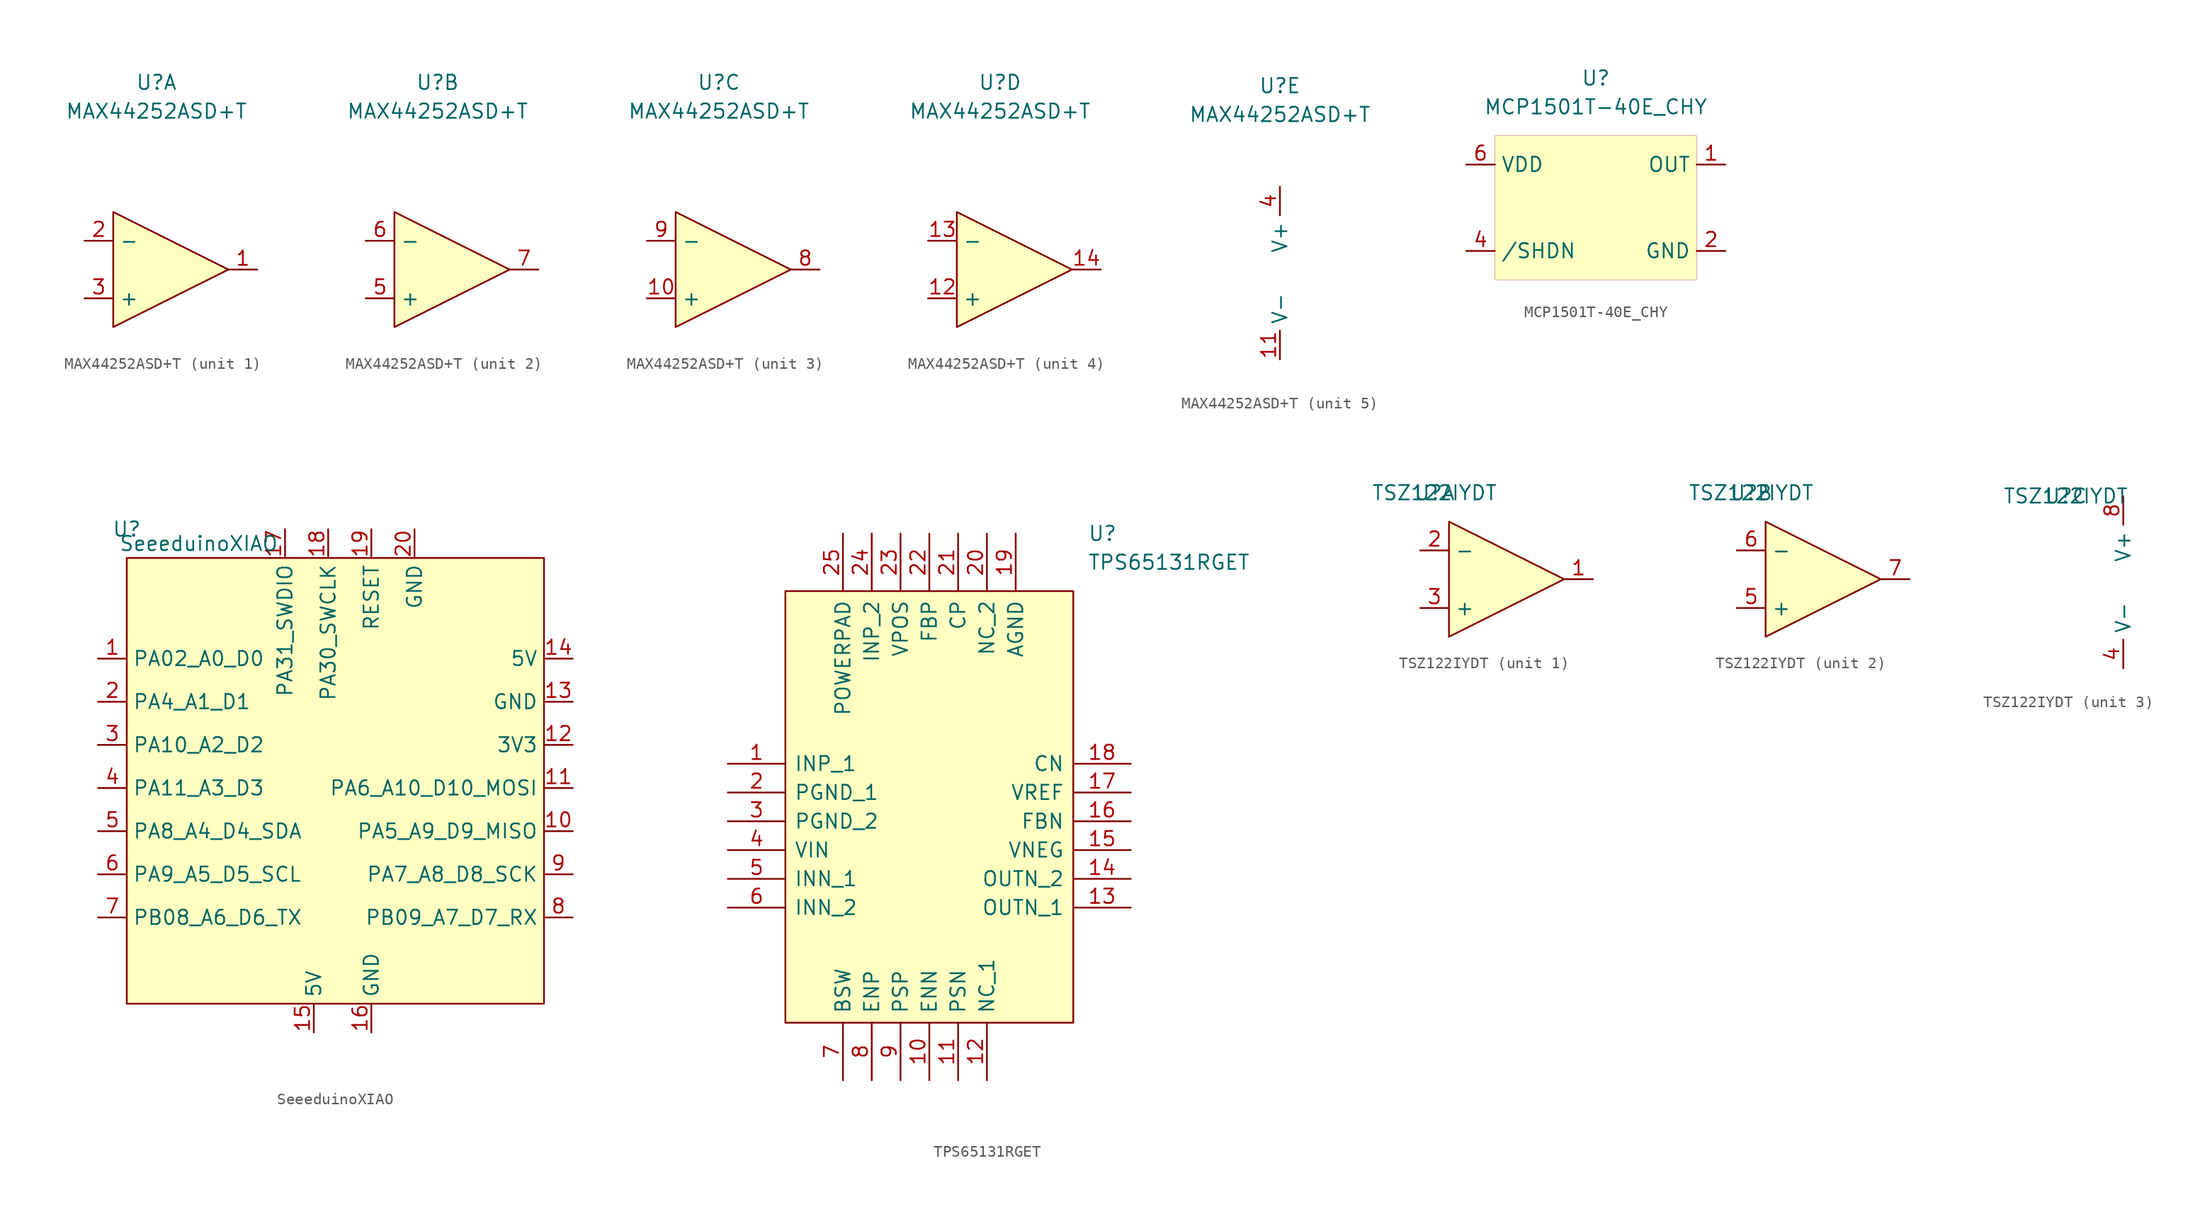
<source format=kicad_sym>
(kicad_symbol_lib
  (version 20201005)
  (generator kicad_symbol_editor)
  (symbol "uSMU-simple_v1:MAX44252ASD+T"
    (property "Reference" "U"
      (at 0 16.51 0)
      (effects (font (size 1.27 1.27))))
    (property "Value" "MAX44252ASD+T"
      (at 0 13.97 0)
      (effects (font (size 1.27 1.27))))
    (property "ki_locked" ""
      (at 0 0 0)
      (effects (font (size 1.27 1.27))))
    (symbol "MAX44252ASD+T_1_1"
      (polyline (pts (xy 6.35 0) (xy -3.81 5.08) (xy -3.81 -5.08) (xy 6.35 0)) (stroke (width 0)) (fill (type background)))
      (pin input line (at 8.89 0 180) (length 2.54) (name "~" (effects (font (size 1.27 1.27)))) (number "1" (effects (font (size 1.27 1.27)))))
      (pin input line (at -6.35 2.54 0) (length 2.54) (name "-" (effects (font (size 1.27 1.27)))) (number "2" (effects (font (size 1.27 1.27)))))
      (pin input line (at -6.35 -2.54 0) (length 2.54) (name "+" (effects (font (size 1.27 1.27)))) (number "3" (effects (font (size 1.27 1.27))))))
    (symbol "MAX44252ASD+T_2_1"
      (polyline (pts (xy 6.35 0) (xy -3.81 5.08) (xy -3.81 -5.08) (xy 6.35 0)) (stroke (width 0)) (fill (type background)))
      (pin input line (at -6.35 -2.54 0) (length 2.54) (name "+" (effects (font (size 1.27 1.27)))) (number "5" (effects (font (size 1.27 1.27)))))
      (pin input line (at -6.35 2.54 0) (length 2.54) (name "-" (effects (font (size 1.27 1.27)))) (number "6" (effects (font (size 1.27 1.27)))))
      (pin input line (at 8.89 0 180) (length 2.54) (name "~" (effects (font (size 1.27 1.27)))) (number "7" (effects (font (size 1.27 1.27))))))
    (symbol "MAX44252ASD+T_3_1"
      (polyline (pts (xy 6.35 0) (xy -3.81 5.08) (xy -3.81 -5.08) (xy 6.35 0)) (stroke (width 0)) (fill (type background)))
      (pin input line (at 8.89 0 180) (length 2.54) (name "~" (effects (font (size 1.27 1.27)))) (number "8" (effects (font (size 1.27 1.27)))))
      (pin input line (at -6.35 2.54 0) (length 2.54) (name "-" (effects (font (size 1.27 1.27)))) (number "9" (effects (font (size 1.27 1.27)))))
      (pin input line (at -6.35 -2.54 0) (length 2.54) (name "+" (effects (font (size 1.27 1.27)))) (number "10" (effects (font (size 1.27 1.27))))))
    (symbol "MAX44252ASD+T_4_1"
      (polyline (pts (xy 6.35 0) (xy -3.81 5.08) (xy -3.81 -5.08) (xy 6.35 0)) (stroke (width 0)) (fill (type background)))
      (pin input line (at 8.89 0 180) (length 2.54) (name "~" (effects (font (size 1.27 1.27)))) (number "14" (effects (font (size 1.27 1.27)))))
      (pin input line (at -6.35 2.54 0) (length 2.54) (name "-" (effects (font (size 1.27 1.27)))) (number "13" (effects (font (size 1.27 1.27)))))
      (pin input line (at -6.35 -2.54 0) (length 2.54) (name "+" (effects (font (size 1.27 1.27)))) (number "12" (effects (font (size 1.27 1.27))))))
    (symbol "MAX44252ASD+T_5_1"
      (pin input line (at 0 -7.62 90) (length 2.54) (name "V-" (effects (font (size 1.27 1.27)))) (number "11" (effects (font (size 1.27 1.27)))))
      (pin input line (at 0 7.62 270) (length 2.54) (name "V+" (effects (font (size 1.27 1.27)))) (number "4" (effects (font (size 1.27 1.27)))))))
  (symbol "uSMU-simple_v1:MCP1501T-40E_CHY"
    (property "Reference" "U"
      (at 0 5.08 0)
      (effects (font (size 1.27 1.27))))
    (property "Value" "MCP1501T-40E_CHY"
      (at 0 2.54 0)
      (effects (font (size 1.27 1.27))))
    (symbol "MCP1501T-40E_CHY_0_1"
      (rectangle (start -8.89 0) (end 8.89 -12.7) (stroke (width 0.001)) (fill (type background))))
    (symbol "MCP1501T-40E_CHY_1_1"
      (pin input line (at -11.43 -2.54 0) (length 2.54) (name "VDD" (effects (font (size 1.27 1.27)))) (number "6" (effects (font (size 1.27 1.27)))))
      (pin input line (at -11.43 -10.16 0) (length 2.54) (name "/SHDN" (effects (font (size 1.27 1.27)))) (number "4" (effects (font (size 1.27 1.27)))))
      (pin input line (at 11.43 -2.54 180) (length 2.54) (name "OUT" (effects (font (size 1.27 1.27)))) (number "1" (effects (font (size 1.27 1.27)))))
      (pin input line (at 11.43 -10.16 180) (length 2.54) (name "GND" (effects (font (size 1.27 1.27)))) (number "2" (effects (font (size 1.27 1.27)))))
      (pin input line (at 11.43 -10.16 180) (length 2.54) hide (name "GND" (effects (font (size 1.27 1.27)))) (number "3" (effects (font (size 1.27 1.27)))))
      (pin input line (at 11.43 -10.16 180) (length 2.54) hide (name "GND" (effects (font (size 1.27 1.27)))) (number "5" (effects (font (size 1.27 1.27)))))))
  (symbol "uSMU-simple_v1:SeeeduinoXIAO"
    (property "Reference" "U"
      (at -19.05 22.86 0)
      (effects (font (size 1.27 1.27))))
    (property "Value" "SeeeduinoXIAO"
      (at -12.7 21.59 0)
      (effects (font (size 1.27 1.27))))
    (symbol "SeeeduinoXIAO_0_1"
      (rectangle (start -19.05 20.32) (end 17.78 -19.05) (stroke (width 0)) (fill (type background))))
    (symbol "SeeeduinoXIAO_1_1"
      (pin unspecified line (at -21.59 11.43 0) (length 2.54) (name "PA02_A0_D0" (effects (font (size 1.27 1.27)))) (number "1" (effects (font (size 1.27 1.27)))))
      (pin unspecified line (at 20.32 -3.81 180) (length 2.54) (name "PA5_A9_D9_MISO" (effects (font (size 1.27 1.27)))) (number "10" (effects (font (size 1.27 1.27)))))
      (pin unspecified line (at 20.32 0 180) (length 2.54) (name "PA6_A10_D10_MOSI" (effects (font (size 1.27 1.27)))) (number "11" (effects (font (size 1.27 1.27)))))
      (pin unspecified line (at 20.32 3.81 180) (length 2.54) (name "3V3" (effects (font (size 1.27 1.27)))) (number "12" (effects (font (size 1.27 1.27)))))
      (pin unspecified line (at 20.32 7.62 180) (length 2.54) (name "GND" (effects (font (size 1.27 1.27)))) (number "13" (effects (font (size 1.27 1.27)))))
      (pin unspecified line (at 20.32 11.43 180) (length 2.54) (name "5V" (effects (font (size 1.27 1.27)))) (number "14" (effects (font (size 1.27 1.27)))))
      (pin input line (at -2.54 -21.59 90) (length 2.54) (name "5V" (effects (font (size 1.27 1.27)))) (number "15" (effects (font (size 1.27 1.27)))))
      (pin input line (at 2.54 -21.59 90) (length 2.54) (name "GND" (effects (font (size 1.27 1.27)))) (number "16" (effects (font (size 1.27 1.27)))))
      (pin input line (at -5.08 22.86 270) (length 2.54) (name "PA31_SWDIO" (effects (font (size 1.27 1.27)))) (number "17" (effects (font (size 1.27 1.27)))))
      (pin input line (at -1.27 22.86 270) (length 2.54) (name "PA30_SWCLK" (effects (font (size 1.27 1.27)))) (number "18" (effects (font (size 1.27 1.27)))))
      (pin input line (at 2.54 22.86 270) (length 2.54) (name "RESET" (effects (font (size 1.27 1.27)))) (number "19" (effects (font (size 1.27 1.27)))))
      (pin unspecified line (at -21.59 7.62 0) (length 2.54) (name "PA4_A1_D1" (effects (font (size 1.27 1.27)))) (number "2" (effects (font (size 1.27 1.27)))))
      (pin input line (at 6.35 22.86 270) (length 2.54) (name "GND" (effects (font (size 1.27 1.27)))) (number "20" (effects (font (size 1.27 1.27)))))
      (pin unspecified line (at -21.59 3.81 0) (length 2.54) (name "PA10_A2_D2" (effects (font (size 1.27 1.27)))) (number "3" (effects (font (size 1.27 1.27)))))
      (pin unspecified line (at -21.59 0 0) (length 2.54) (name "PA11_A3_D3" (effects (font (size 1.27 1.27)))) (number "4" (effects (font (size 1.27 1.27)))))
      (pin unspecified line (at -21.59 -3.81 0) (length 2.54) (name "PA8_A4_D4_SDA" (effects (font (size 1.27 1.27)))) (number "5" (effects (font (size 1.27 1.27)))))
      (pin unspecified line (at -21.59 -7.62 0) (length 2.54) (name "PA9_A5_D5_SCL" (effects (font (size 1.27 1.27)))) (number "6" (effects (font (size 1.27 1.27)))))
      (pin unspecified line (at -21.59 -11.43 0) (length 2.54) (name "PB08_A6_D6_TX" (effects (font (size 1.27 1.27)))) (number "7" (effects (font (size 1.27 1.27)))))
      (pin unspecified line (at 20.32 -11.43 180) (length 2.54) (name "PB09_A7_D7_RX" (effects (font (size 1.27 1.27)))) (number "8" (effects (font (size 1.27 1.27)))))
      (pin unspecified line (at 20.32 -7.62 180) (length 2.54) (name "PA7_A8_D8_SCK" (effects (font (size 1.27 1.27)))) (number "9" (effects (font (size 1.27 1.27)))))))
  (symbol "uSMU-simple_v1:TPS65131RGET"
    (pin_names
      (offset 0.762))
    (property "Reference" "U"
      (at 31.75 20.32 0)
      (effects (font (size 1.27 1.27)) (justify left)))
    (property "Value" "TPS65131RGET"
      (at 31.75 17.78 0)
      (effects (font (size 1.27 1.27)) (justify left)))
    (symbol "TPS65131RGET_0_0"
      (pin passive line (at 0 0 0) (length 5.08) (name "INP_1" (effects (font (size 1.27 1.27)))) (number "1" (effects (font (size 1.27 1.27)))))
      (pin passive line (at 0 -2.54 0) (length 5.08) (name "PGND_1" (effects (font (size 1.27 1.27)))) (number "2" (effects (font (size 1.27 1.27)))))
      (pin passive line (at 0 -5.08 0) (length 5.08) (name "PGND_2" (effects (font (size 1.27 1.27)))) (number "3" (effects (font (size 1.27 1.27)))))
      (pin passive line (at 0 -7.62 0) (length 5.08) (name "VIN" (effects (font (size 1.27 1.27)))) (number "4" (effects (font (size 1.27 1.27)))))
      (pin passive line (at 0 -10.16 0) (length 5.08) (name "INN_1" (effects (font (size 1.27 1.27)))) (number "5" (effects (font (size 1.27 1.27)))))
      (pin passive line (at 0 -12.7 0) (length 5.08) (name "INN_2" (effects (font (size 1.27 1.27)))) (number "6" (effects (font (size 1.27 1.27)))))
      (pin passive line (at 10.16 -27.94 90) (length 5.08) (name "BSW" (effects (font (size 1.27 1.27)))) (number "7" (effects (font (size 1.27 1.27)))))
      (pin passive line (at 12.7 -27.94 90) (length 5.08) (name "ENP" (effects (font (size 1.27 1.27)))) (number "8" (effects (font (size 1.27 1.27)))))
      (pin passive line (at 15.24 -27.94 90) (length 5.08) (name "PSP" (effects (font (size 1.27 1.27)))) (number "9" (effects (font (size 1.27 1.27)))))
      (pin passive line (at 17.78 -27.94 90) (length 5.08) (name "ENN" (effects (font (size 1.27 1.27)))) (number "10" (effects (font (size 1.27 1.27)))))
      (pin passive line (at 20.32 -27.94 90) (length 5.08) (name "PSN" (effects (font (size 1.27 1.27)))) (number "11" (effects (font (size 1.27 1.27)))))
      (pin passive line (at 22.86 -27.94 90) (length 5.08) (name "NC_1" (effects (font (size 1.27 1.27)))) (number "12" (effects (font (size 1.27 1.27)))))
      (pin passive line (at 35.56 0 180) (length 5.08) (name "CN" (effects (font (size 1.27 1.27)))) (number "18" (effects (font (size 1.27 1.27)))))
      (pin passive line (at 35.56 -2.54 180) (length 5.08) (name "VREF" (effects (font (size 1.27 1.27)))) (number "17" (effects (font (size 1.27 1.27)))))
      (pin passive line (at 35.56 -5.08 180) (length 5.08) (name "FBN" (effects (font (size 1.27 1.27)))) (number "16" (effects (font (size 1.27 1.27)))))
      (pin passive line (at 35.56 -7.62 180) (length 5.08) (name "VNEG" (effects (font (size 1.27 1.27)))) (number "15" (effects (font (size 1.27 1.27)))))
      (pin passive line (at 35.56 -10.16 180) (length 5.08) (name "OUTN_2" (effects (font (size 1.27 1.27)))) (number "14" (effects (font (size 1.27 1.27)))))
      (pin passive line (at 35.56 -12.7 180) (length 5.08) (name "OUTN_1" (effects (font (size 1.27 1.27)))) (number "13" (effects (font (size 1.27 1.27)))))
      (pin passive line (at 10.16 20.32 270) (length 5.08) (name "POWERPAD" (effects (font (size 1.27 1.27)))) (number "25" (effects (font (size 1.27 1.27)))))
      (pin passive line (at 12.7 20.32 270) (length 5.08) (name "INP_2" (effects (font (size 1.27 1.27)))) (number "24" (effects (font (size 1.27 1.27)))))
      (pin passive line (at 15.24 20.32 270) (length 5.08) (name "VPOS" (effects (font (size 1.27 1.27)))) (number "23" (effects (font (size 1.27 1.27)))))
      (pin passive line (at 17.78 20.32 270) (length 5.08) (name "FBP" (effects (font (size 1.27 1.27)))) (number "22" (effects (font (size 1.27 1.27)))))
      (pin passive line (at 20.32 20.32 270) (length 5.08) (name "CP" (effects (font (size 1.27 1.27)))) (number "21" (effects (font (size 1.27 1.27)))))
      (pin passive line (at 22.86 20.32 270) (length 5.08) (name "NC_2" (effects (font (size 1.27 1.27)))) (number "20" (effects (font (size 1.27 1.27)))))
      (pin passive line (at 25.4 20.32 270) (length 5.08) (name "AGND" (effects (font (size 1.27 1.27)))) (number "19" (effects (font (size 1.27 1.27))))))
    (symbol "TPS65131RGET_0_1"
      (polyline (pts (xy 5.08 15.24) (xy 30.48 15.24) (xy 30.48 -22.86) (xy 5.08 -22.86) (xy 5.08 15.24)) (stroke (width 0.152)) (fill (type background)))))
  (symbol "uSMU-simple_v1:TSZ122IYDT"
    (property "Reference" "U"
      (at -5.08 7.62 0)
      (effects (font (size 1.27 1.27))))
    (property "Value" "TSZ122IYDT"
      (at -5.08 7.62 0)
      (effects (font (size 1.27 1.27))))
    (property "ki_locked" ""
      (at 0 0 0)
      (effects (font (size 1.27 1.27))))
    (symbol "TSZ122IYDT_1_1"
      (polyline (pts (xy 6.35 0) (xy -3.81 5.08) (xy -3.81 -5.08) (xy 6.35 0)) (stroke (width 0)) (fill (type background)))
      (pin input line (at 8.89 0 180) (length 2.54) (name "~" (effects (font (size 1.27 1.27)))) (number "1" (effects (font (size 1.27 1.27)))))
      (pin input line (at -6.35 2.54 0) (length 2.54) (name "-" (effects (font (size 1.27 1.27)))) (number "2" (effects (font (size 1.27 1.27)))))
      (pin input line (at -6.35 -2.54 0) (length 2.54) (name "+" (effects (font (size 1.27 1.27)))) (number "3" (effects (font (size 1.27 1.27))))))
    (symbol "TSZ122IYDT_2_1"
      (polyline (pts (xy 6.35 0) (xy -3.81 5.08) (xy -3.81 -5.08) (xy 6.35 0)) (stroke (width 0)) (fill (type background)))
      (pin input line (at -6.35 -2.54 0) (length 2.54) (name "+" (effects (font (size 1.27 1.27)))) (number "5" (effects (font (size 1.27 1.27)))))
      (pin input line (at -6.35 2.54 0) (length 2.54) (name "-" (effects (font (size 1.27 1.27)))) (number "6" (effects (font (size 1.27 1.27)))))
      (pin input line (at 8.89 0 180) (length 2.54) (name "~" (effects (font (size 1.27 1.27)))) (number "7" (effects (font (size 1.27 1.27))))))
    (symbol "TSZ122IYDT_3_1"
      (pin input line (at 0 -7.62 90) (length 2.54) (name "V-" (effects (font (size 1.27 1.27)))) (number "4" (effects (font (size 1.27 1.27)))))
      (pin input line (at 0 7.62 270) (length 2.54) (name "V+" (effects (font (size 1.27 1.27)))) (number "8" (effects (font (size 1.27 1.27))))))))
</source>
